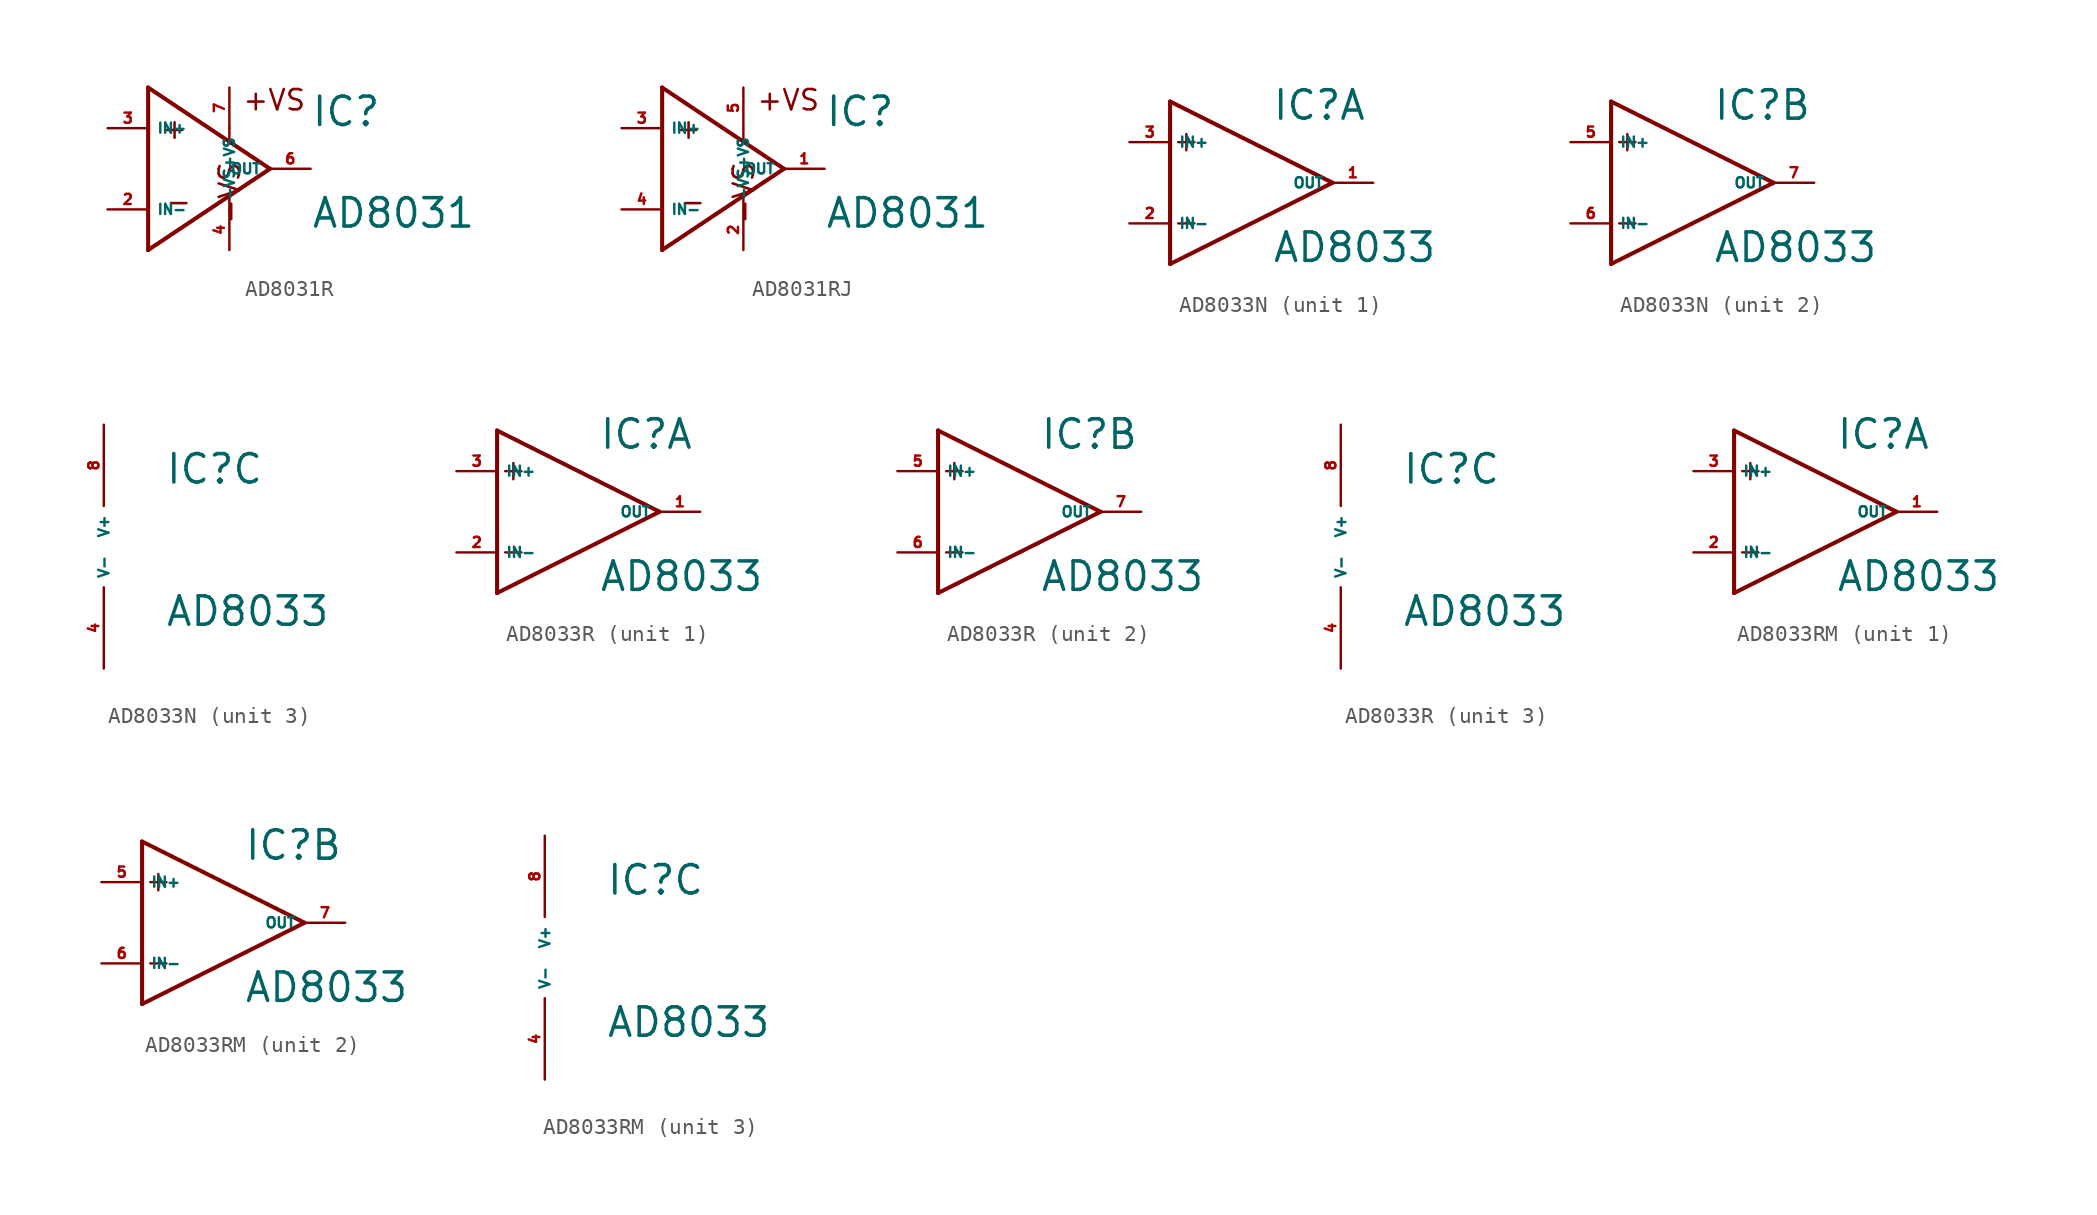
<source format=kicad_sym>
(kicad_symbol_lib
  (version 20220914)
  (generator Eagle2Kicad)
  (symbol "AD8031R"
    (property "Reference" "IC"
      (at 7.62 2.54 0)
      (effects (font (size 1.778 1.778) (thickness 0.22)) (justify left bottom)))
    (property "Value" "AD8031"
      (at 7.62 -3.81 0)
      (effects (font (size 1.778 1.778) (thickness 0.22)) (justify left bottom)))
    (polyline
      (pts (xy -2.54 5.08) (xy -2.54 -5.08))
      (stroke (width 0.254) (type default))
      (fill (type none)))
    (polyline
      (pts (xy -2.54 -5.08) (xy 5.08 0))
      (stroke (width 0.254) (type default))
      (fill (type none)))
    (polyline
      (pts (xy 5.08 0) (xy -2.54 5.08))
      (stroke (width 0.254) (type default))
      (fill (type none)))
    (polyline
      (pts (xy 2.54 2.54) (xy 2.54 1.778))
      (stroke (width 0.152) (type default))
      (fill (type none)))
    (polyline
      (pts (xy 2.54 -2.54) (xy 2.54 -1.778))
      (stroke (width 0.152) (type default))
      (fill (type none)))
    (text "+"
      (at -1.778 1.778 0)
      (effects (font (size 1.27 1.27) (thickness 0.16)) (justify left bottom)))
    (text "-"
      (at -1.524 -2.794 0)
      (effects (font (size 1.27 1.27) (thickness 0.16)) (justify left bottom)))
    (text "+VS"
      (at 3.302 3.556 0)
      (effects (font (size 1.27 1.27) (thickness 0.16)) (justify left bottom)))
    (text "-VS"
      (at 3.302 -3.556 1800)
      (effects (font (size 1.27 1.27) (thickness 0.16)) (justify left bottom mirror)))
    (pin input line
      (at -5.08 2.54 0)
      (length 2.54)
      (name "IN+" (effects (font (size 0.635 0.635) (thickness 0.08)) (justify left bottom)))
      (number "3" (effects (font (size 0.635 0.635) (thickness 0.08)) (justify left bottom))))
    (pin input line
      (at -5.08 -2.54 0)
      (length 2.54)
      (name "IN-" (effects (font (size 0.635 0.635) (thickness 0.08)) (justify left bottom)))
      (number "2" (effects (font (size 0.635 0.635) (thickness 0.08)) (justify left bottom))))
    (pin output line
      (at 7.62 0 180)
      (length 2.54)
      (name "OUT" (effects (font (size 0.635 0.635) (thickness 0.08)) (justify left bottom)))
      (number "6" (effects (font (size 0.635 0.635) (thickness 0.08)) (justify left bottom))))
    (pin input line
      (at 2.54 -5.08 90)
      (length 2.54)
      (name "-VS" (effects (font (size 0.635 0.635) (thickness 0.08)) (justify left bottom)))
      (number "4" (effects (font (size 0.635 0.635) (thickness 0.08)) (justify left bottom))))
    (pin input line
      (at 2.54 5.08 270)
      (length 2.54)
      (name "+VS" (effects (font (size 0.635 0.635) (thickness 0.08)) (justify left bottom)))
      (number "7" (effects (font (size 0.635 0.635) (thickness 0.08)) (justify left bottom)))))
  (symbol "AD8031RJ"
    (property "Reference" "IC"
      (at 7.62 2.54 0)
      (effects (font (size 1.778 1.778) (thickness 0.22)) (justify left bottom)))
    (property "Value" "AD8031"
      (at 7.62 -3.81 0)
      (effects (font (size 1.778 1.778) (thickness 0.22)) (justify left bottom)))
    (polyline
      (pts (xy -2.54 5.08) (xy -2.54 -5.08))
      (stroke (width 0.254) (type default))
      (fill (type none)))
    (polyline
      (pts (xy -2.54 -5.08) (xy 5.08 0))
      (stroke (width 0.254) (type default))
      (fill (type none)))
    (polyline
      (pts (xy 5.08 0) (xy -2.54 5.08))
      (stroke (width 0.254) (type default))
      (fill (type none)))
    (polyline
      (pts (xy 2.54 2.54) (xy 2.54 1.778))
      (stroke (width 0.152) (type default))
      (fill (type none)))
    (polyline
      (pts (xy 2.54 -2.54) (xy 2.54 -1.778))
      (stroke (width 0.152) (type default))
      (fill (type none)))
    (text "+"
      (at -1.778 1.778 0)
      (effects (font (size 1.27 1.27) (thickness 0.16)) (justify left bottom)))
    (text "-"
      (at -1.524 -2.794 0)
      (effects (font (size 1.27 1.27) (thickness 0.16)) (justify left bottom)))
    (text "+VS"
      (at 3.302 3.556 0)
      (effects (font (size 1.27 1.27) (thickness 0.16)) (justify left bottom)))
    (text "-VS"
      (at 3.302 -3.556 1800)
      (effects (font (size 1.27 1.27) (thickness 0.16)) (justify left bottom mirror)))
    (pin input line
      (at -5.08 2.54 0)
      (length 2.54)
      (name "IN+" (effects (font (size 0.635 0.635) (thickness 0.08)) (justify left bottom)))
      (number "3" (effects (font (size 0.635 0.635) (thickness 0.08)) (justify left bottom))))
    (pin input line
      (at -5.08 -2.54 0)
      (length 2.54)
      (name "IN-" (effects (font (size 0.635 0.635) (thickness 0.08)) (justify left bottom)))
      (number "4" (effects (font (size 0.635 0.635) (thickness 0.08)) (justify left bottom))))
    (pin output line
      (at 7.62 0 180)
      (length 2.54)
      (name "OUT" (effects (font (size 0.635 0.635) (thickness 0.08)) (justify left bottom)))
      (number "1" (effects (font (size 0.635 0.635) (thickness 0.08)) (justify left bottom))))
    (pin input line
      (at 2.54 -5.08 90)
      (length 2.54)
      (name "-VS" (effects (font (size 0.635 0.635) (thickness 0.08)) (justify left bottom)))
      (number "2" (effects (font (size 0.635 0.635) (thickness 0.08)) (justify left bottom))))
    (pin input line
      (at 2.54 5.08 270)
      (length 2.54)
      (name "+VS" (effects (font (size 0.635 0.635) (thickness 0.08)) (justify left bottom)))
      (number "5" (effects (font (size 0.635 0.635) (thickness 0.08)) (justify left bottom)))))
  (symbol "AD8033N"
    (property "Reference" "IC"
      (at 3.81 3.81 0)
      (effects (font (size 1.778 1.778) (thickness 0.22)) (justify left bottom)))
    (property "Value" "AD8033"
      (at 3.81 -5.08 0)
      (effects (font (size 1.778 1.778) (thickness 0.22)) (justify left bottom)))
    (symbol "AD8033N_1_0"
      (polyline (pts (xy -2.54 5.08) (xy -2.54 -5.08)) (stroke (width 0.254) (type default)) (fill (type none)))
      (polyline (pts (xy -2.54 -5.08) (xy 7.62 0)) (stroke (width 0.254) (type default)) (fill (type none)))
      (polyline (pts (xy 7.62 0) (xy -2.54 5.08)) (stroke (width 0.254) (type default)) (fill (type none)))
      (polyline (pts (xy -2.032 2.54) (xy -1.016 2.54)) (stroke (width 0.152) (type default)) (fill (type none)))
      (polyline (pts (xy -1.524 3.048) (xy -1.524 2.032)) (stroke (width 0.152) (type default)) (fill (type none)))
      (polyline (pts (xy -2.032 -2.54) (xy -1.016 -2.54)) (stroke (width 0.152) (type default)) (fill (type none)))
      (pin input line (at -5.08 2.54 0) (length 2.54) (name "IN+" (effects (font (size 0.635 0.635) (thickness 0.08)) (justify left bottom))) (number "3" (effects (font (size 0.635 0.635) (thickness 0.08)) (justify left bottom))))
      (pin input line (at -5.08 -2.54 0) (length 2.54) (name "IN-" (effects (font (size 0.635 0.635) (thickness 0.08)) (justify left bottom))) (number "2" (effects (font (size 0.635 0.635) (thickness 0.08)) (justify left bottom))))
      (pin output line (at 10.16 0 180) (length 2.54) (name "OUT" (effects (font (size 0.635 0.635) (thickness 0.08)) (justify left bottom))) (number "1" (effects (font (size 0.635 0.635) (thickness 0.08)) (justify left bottom)))))
    (symbol "AD8033N_2_0"
      (polyline (pts (xy -2.54 5.08) (xy -2.54 -5.08)) (stroke (width 0.254) (type default)) (fill (type none)))
      (polyline (pts (xy -2.54 -5.08) (xy 7.62 0)) (stroke (width 0.254) (type default)) (fill (type none)))
      (polyline (pts (xy 7.62 0) (xy -2.54 5.08)) (stroke (width 0.254) (type default)) (fill (type none)))
      (polyline (pts (xy -2.032 2.54) (xy -1.016 2.54)) (stroke (width 0.152) (type default)) (fill (type none)))
      (polyline (pts (xy -1.524 3.048) (xy -1.524 2.032)) (stroke (width 0.152) (type default)) (fill (type none)))
      (polyline (pts (xy -2.032 -2.54) (xy -1.016 -2.54)) (stroke (width 0.152) (type default)) (fill (type none)))
      (pin input line (at -5.08 2.54 0) (length 2.54) (name "IN+" (effects (font (size 0.635 0.635) (thickness 0.08)) (justify left bottom))) (number "5" (effects (font (size 0.635 0.635) (thickness 0.08)) (justify left bottom))))
      (pin input line (at -5.08 -2.54 0) (length 2.54) (name "IN-" (effects (font (size 0.635 0.635) (thickness 0.08)) (justify left bottom))) (number "6" (effects (font (size 0.635 0.635) (thickness 0.08)) (justify left bottom))))
      (pin output line (at 10.16 0 180) (length 2.54) (name "OUT" (effects (font (size 0.635 0.635) (thickness 0.08)) (justify left bottom))) (number "7" (effects (font (size 0.635 0.635) (thickness 0.08)) (justify left bottom)))))
    (symbol "AD8033N_3_0"
      (pin unspecified line (at 0 7.62 270) (length 5.08) (name "V+" (effects (font (size 0.635 0.635) (thickness 0.08)) (justify left bottom))) (number "8" (effects (font (size 0.635 0.635) (thickness 0.08)) (justify left bottom))))
      (pin unspecified line (at 0 -7.62 90) (length 5.08) (name "V-" (effects (font (size 0.635 0.635) (thickness 0.08)) (justify left bottom))) (number "4" (effects (font (size 0.635 0.635) (thickness 0.08)) (justify left bottom))))))
  (symbol "AD8033R"
    (property "Reference" "IC"
      (at 3.81 3.81 0)
      (effects (font (size 1.778 1.778) (thickness 0.22)) (justify left bottom)))
    (property "Value" "AD8033"
      (at 3.81 -5.08 0)
      (effects (font (size 1.778 1.778) (thickness 0.22)) (justify left bottom)))
    (symbol "AD8033R_1_0"
      (polyline (pts (xy -2.54 5.08) (xy -2.54 -5.08)) (stroke (width 0.254) (type default)) (fill (type none)))
      (polyline (pts (xy -2.54 -5.08) (xy 7.62 0)) (stroke (width 0.254) (type default)) (fill (type none)))
      (polyline (pts (xy 7.62 0) (xy -2.54 5.08)) (stroke (width 0.254) (type default)) (fill (type none)))
      (polyline (pts (xy -2.032 2.54) (xy -1.016 2.54)) (stroke (width 0.152) (type default)) (fill (type none)))
      (polyline (pts (xy -1.524 3.048) (xy -1.524 2.032)) (stroke (width 0.152) (type default)) (fill (type none)))
      (polyline (pts (xy -2.032 -2.54) (xy -1.016 -2.54)) (stroke (width 0.152) (type default)) (fill (type none)))
      (pin input line (at -5.08 2.54 0) (length 2.54) (name "IN+" (effects (font (size 0.635 0.635) (thickness 0.08)) (justify left bottom))) (number "3" (effects (font (size 0.635 0.635) (thickness 0.08)) (justify left bottom))))
      (pin input line (at -5.08 -2.54 0) (length 2.54) (name "IN-" (effects (font (size 0.635 0.635) (thickness 0.08)) (justify left bottom))) (number "2" (effects (font (size 0.635 0.635) (thickness 0.08)) (justify left bottom))))
      (pin output line (at 10.16 0 180) (length 2.54) (name "OUT" (effects (font (size 0.635 0.635) (thickness 0.08)) (justify left bottom))) (number "1" (effects (font (size 0.635 0.635) (thickness 0.08)) (justify left bottom)))))
    (symbol "AD8033R_2_0"
      (polyline (pts (xy -2.54 5.08) (xy -2.54 -5.08)) (stroke (width 0.254) (type default)) (fill (type none)))
      (polyline (pts (xy -2.54 -5.08) (xy 7.62 0)) (stroke (width 0.254) (type default)) (fill (type none)))
      (polyline (pts (xy 7.62 0) (xy -2.54 5.08)) (stroke (width 0.254) (type default)) (fill (type none)))
      (polyline (pts (xy -2.032 2.54) (xy -1.016 2.54)) (stroke (width 0.152) (type default)) (fill (type none)))
      (polyline (pts (xy -1.524 3.048) (xy -1.524 2.032)) (stroke (width 0.152) (type default)) (fill (type none)))
      (polyline (pts (xy -2.032 -2.54) (xy -1.016 -2.54)) (stroke (width 0.152) (type default)) (fill (type none)))
      (pin input line (at -5.08 2.54 0) (length 2.54) (name "IN+" (effects (font (size 0.635 0.635) (thickness 0.08)) (justify left bottom))) (number "5" (effects (font (size 0.635 0.635) (thickness 0.08)) (justify left bottom))))
      (pin input line (at -5.08 -2.54 0) (length 2.54) (name "IN-" (effects (font (size 0.635 0.635) (thickness 0.08)) (justify left bottom))) (number "6" (effects (font (size 0.635 0.635) (thickness 0.08)) (justify left bottom))))
      (pin output line (at 10.16 0 180) (length 2.54) (name "OUT" (effects (font (size 0.635 0.635) (thickness 0.08)) (justify left bottom))) (number "7" (effects (font (size 0.635 0.635) (thickness 0.08)) (justify left bottom)))))
    (symbol "AD8033R_3_0"
      (pin unspecified line (at 0 7.62 270) (length 5.08) (name "V+" (effects (font (size 0.635 0.635) (thickness 0.08)) (justify left bottom))) (number "8" (effects (font (size 0.635 0.635) (thickness 0.08)) (justify left bottom))))
      (pin unspecified line (at 0 -7.62 90) (length 5.08) (name "V-" (effects (font (size 0.635 0.635) (thickness 0.08)) (justify left bottom))) (number "4" (effects (font (size 0.635 0.635) (thickness 0.08)) (justify left bottom))))))
  (symbol "AD8033RM"
    (property "Reference" "IC"
      (at 3.81 3.81 0)
      (effects (font (size 1.778 1.778) (thickness 0.22)) (justify left bottom)))
    (property "Value" "AD8033"
      (at 3.81 -5.08 0)
      (effects (font (size 1.778 1.778) (thickness 0.22)) (justify left bottom)))
    (symbol "AD8033RM_1_0"
      (polyline (pts (xy -2.54 5.08) (xy -2.54 -5.08)) (stroke (width 0.254) (type default)) (fill (type none)))
      (polyline (pts (xy -2.54 -5.08) (xy 7.62 0)) (stroke (width 0.254) (type default)) (fill (type none)))
      (polyline (pts (xy 7.62 0) (xy -2.54 5.08)) (stroke (width 0.254) (type default)) (fill (type none)))
      (polyline (pts (xy -2.032 2.54) (xy -1.016 2.54)) (stroke (width 0.152) (type default)) (fill (type none)))
      (polyline (pts (xy -1.524 3.048) (xy -1.524 2.032)) (stroke (width 0.152) (type default)) (fill (type none)))
      (polyline (pts (xy -2.032 -2.54) (xy -1.016 -2.54)) (stroke (width 0.152) (type default)) (fill (type none)))
      (pin input line (at -5.08 2.54 0) (length 2.54) (name "IN+" (effects (font (size 0.635 0.635) (thickness 0.08)) (justify left bottom))) (number "3" (effects (font (size 0.635 0.635) (thickness 0.08)) (justify left bottom))))
      (pin input line (at -5.08 -2.54 0) (length 2.54) (name "IN-" (effects (font (size 0.635 0.635) (thickness 0.08)) (justify left bottom))) (number "2" (effects (font (size 0.635 0.635) (thickness 0.08)) (justify left bottom))))
      (pin output line (at 10.16 0 180) (length 2.54) (name "OUT" (effects (font (size 0.635 0.635) (thickness 0.08)) (justify left bottom))) (number "1" (effects (font (size 0.635 0.635) (thickness 0.08)) (justify left bottom)))))
    (symbol "AD8033RM_2_0"
      (polyline (pts (xy -2.54 5.08) (xy -2.54 -5.08)) (stroke (width 0.254) (type default)) (fill (type none)))
      (polyline (pts (xy -2.54 -5.08) (xy 7.62 0)) (stroke (width 0.254) (type default)) (fill (type none)))
      (polyline (pts (xy 7.62 0) (xy -2.54 5.08)) (stroke (width 0.254) (type default)) (fill (type none)))
      (polyline (pts (xy -2.032 2.54) (xy -1.016 2.54)) (stroke (width 0.152) (type default)) (fill (type none)))
      (polyline (pts (xy -1.524 3.048) (xy -1.524 2.032)) (stroke (width 0.152) (type default)) (fill (type none)))
      (polyline (pts (xy -2.032 -2.54) (xy -1.016 -2.54)) (stroke (width 0.152) (type default)) (fill (type none)))
      (pin input line (at -5.08 2.54 0) (length 2.54) (name "IN+" (effects (font (size 0.635 0.635) (thickness 0.08)) (justify left bottom))) (number "5" (effects (font (size 0.635 0.635) (thickness 0.08)) (justify left bottom))))
      (pin input line (at -5.08 -2.54 0) (length 2.54) (name "IN-" (effects (font (size 0.635 0.635) (thickness 0.08)) (justify left bottom))) (number "6" (effects (font (size 0.635 0.635) (thickness 0.08)) (justify left bottom))))
      (pin output line (at 10.16 0 180) (length 2.54) (name "OUT" (effects (font (size 0.635 0.635) (thickness 0.08)) (justify left bottom))) (number "7" (effects (font (size 0.635 0.635) (thickness 0.08)) (justify left bottom)))))
    (symbol "AD8033RM_3_0"
      (pin unspecified line (at 0 7.62 270) (length 5.08) (name "V+" (effects (font (size 0.635 0.635) (thickness 0.08)) (justify left bottom))) (number "8" (effects (font (size 0.635 0.635) (thickness 0.08)) (justify left bottom))))
      (pin unspecified line (at 0 -7.62 90) (length 5.08) (name "V-" (effects (font (size 0.635 0.635) (thickness 0.08)) (justify left bottom))) (number "4" (effects (font (size 0.635 0.635) (thickness 0.08)) (justify left bottom)))))))
</source>
